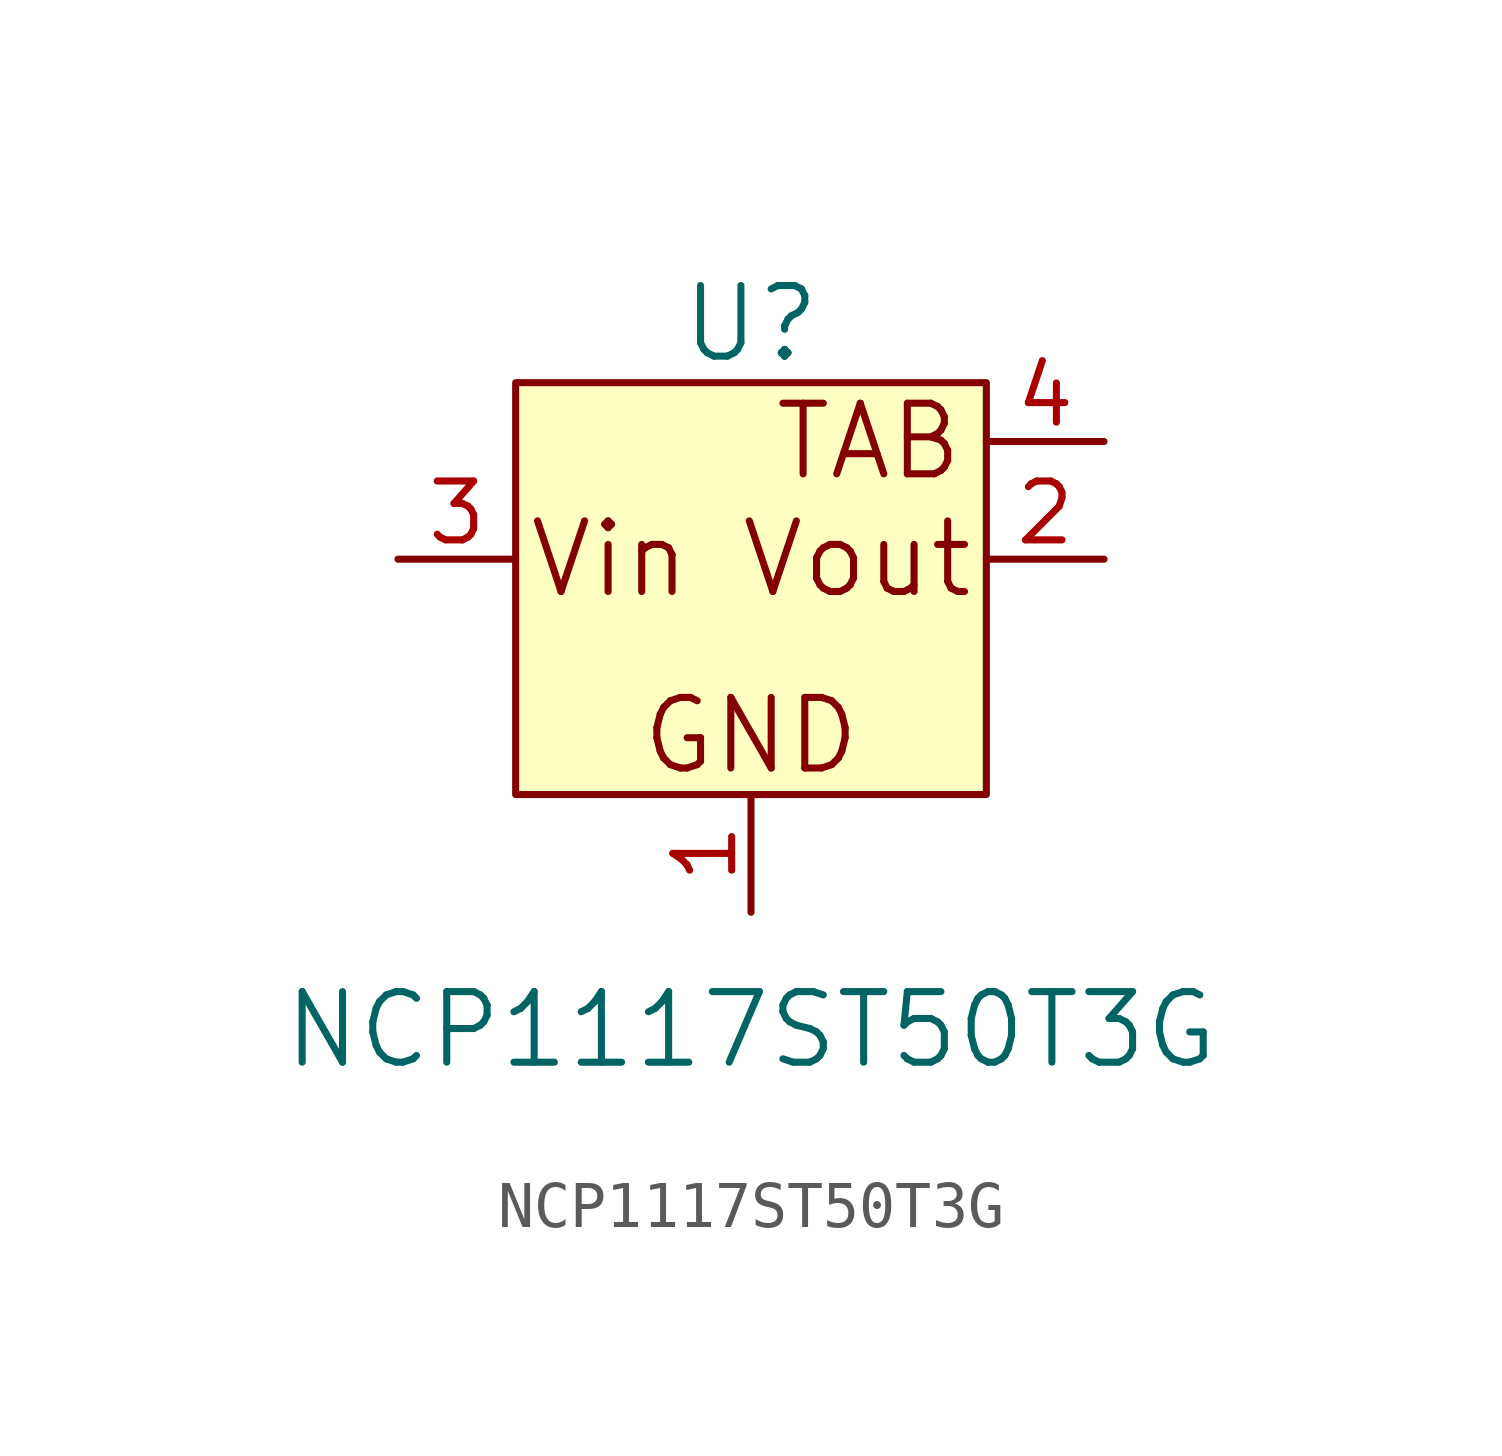
<source format=kicad_sym>
(kicad_symbol_lib
  (version 20220914)
  (generator kicad_symbol_editor)
  (symbol "NCP1117ST50T3G"
    (pin_names
      (offset 0) hide)
    (property "Reference" "U"
      (at 0 5.08 0)
      (effects (font (size 1.524 1.524))))
    (property "Value" "NCP1117ST50T3G"
      (at 0 -10.16 0)
      (effects (font (size 1.524 1.524))))
    (symbol "NCP1117ST50T3G_0_0"
      (rectangle (start -5.08 -5.08) (end 5.08 3.81) (stroke (width 0) (type default)) (fill (type background)))
      (text "GND" (at 0 -3.81 0) (effects (font (size 1.524 1.524))))
      (text "TAB" (at 2.54 2.54 0) (effects (font (size 1.524 1.524))))
      (text "Vin" (at -3.048 0 0) (effects (font (size 1.524 1.524))))
      (text "Vout" (at 2.286 0 0) (effects (font (size 1.524 1.524)))))
    (symbol "NCP1117ST50T3G_1_1"
      (pin input line (at 0 -7.62 90) (length 2.54) (name "GND" (effects (font (size 1.27 1.27)))) (number "1" (effects (font (size 1.27 1.27)))))
      (pin input line (at 7.62 0 180) (length 2.54) (name "Vout" (effects (font (size 1.27 1.27)))) (number "2" (effects (font (size 1.27 1.27)))))
      (pin input line (at -7.62 0 0) (length 2.54) (name "Vin" (effects (font (size 1.27 1.27)))) (number "3" (effects (font (size 1.27 1.27)))))
      (pin input line (at 7.62 2.54 180) (length 2.54) (name "Vout_(TAB)" (effects (font (size 1.27 1.27)))) (number "4" (effects (font (size 1.27 1.27))))))))
</source>
